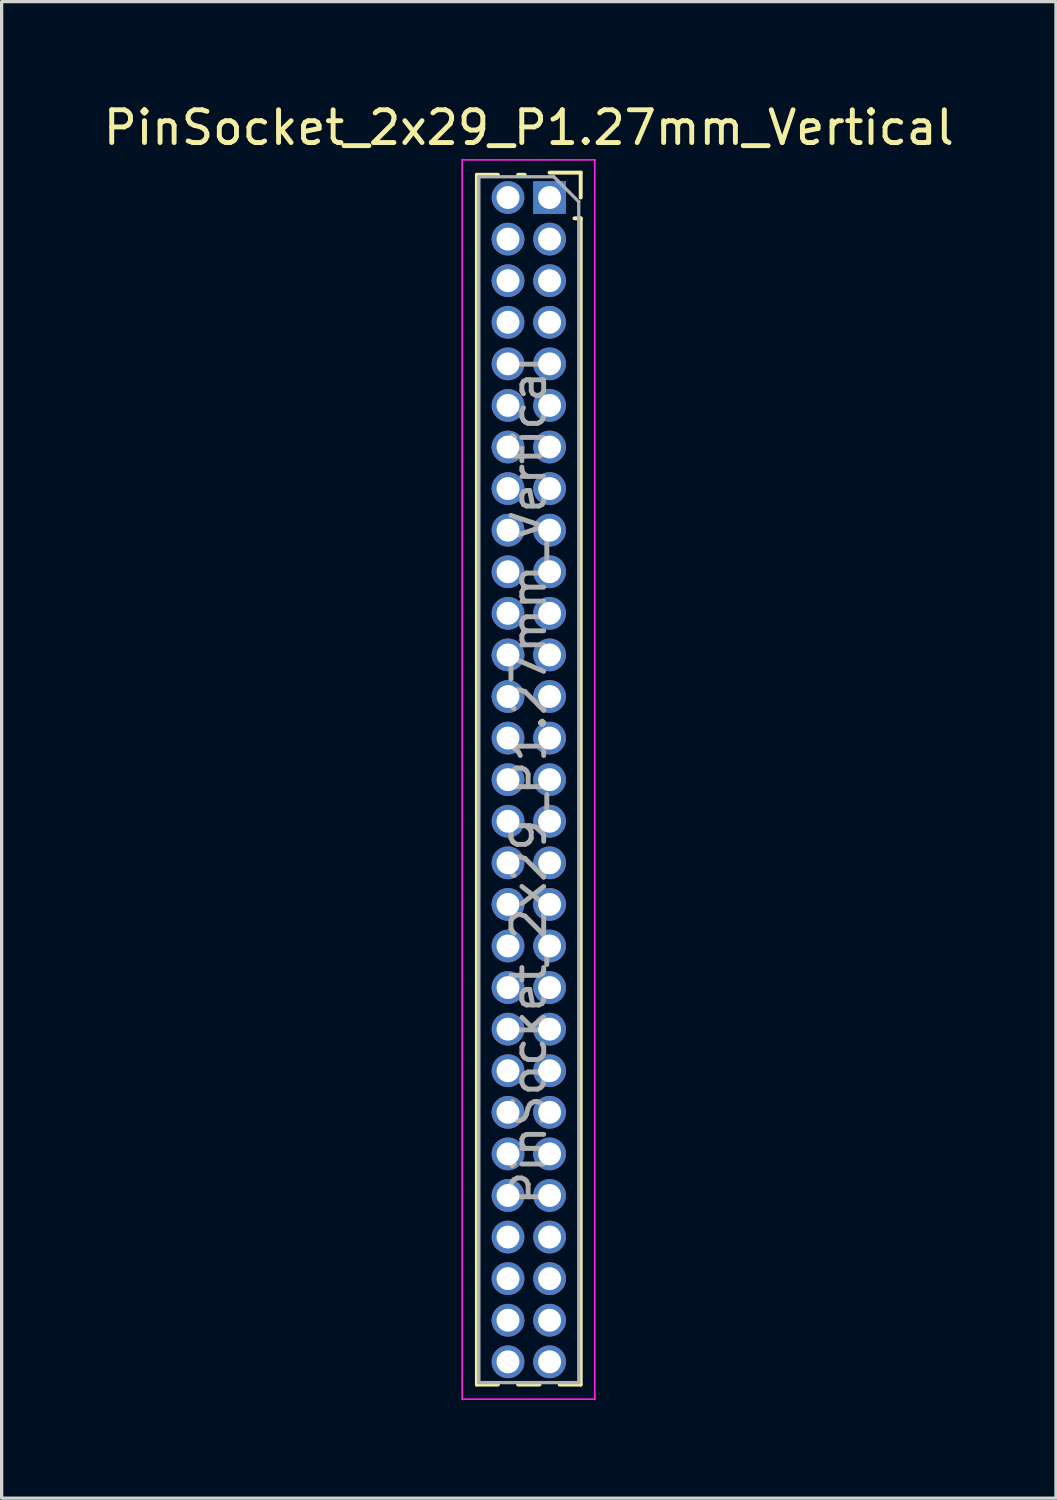
<source format=kicad_pcb>
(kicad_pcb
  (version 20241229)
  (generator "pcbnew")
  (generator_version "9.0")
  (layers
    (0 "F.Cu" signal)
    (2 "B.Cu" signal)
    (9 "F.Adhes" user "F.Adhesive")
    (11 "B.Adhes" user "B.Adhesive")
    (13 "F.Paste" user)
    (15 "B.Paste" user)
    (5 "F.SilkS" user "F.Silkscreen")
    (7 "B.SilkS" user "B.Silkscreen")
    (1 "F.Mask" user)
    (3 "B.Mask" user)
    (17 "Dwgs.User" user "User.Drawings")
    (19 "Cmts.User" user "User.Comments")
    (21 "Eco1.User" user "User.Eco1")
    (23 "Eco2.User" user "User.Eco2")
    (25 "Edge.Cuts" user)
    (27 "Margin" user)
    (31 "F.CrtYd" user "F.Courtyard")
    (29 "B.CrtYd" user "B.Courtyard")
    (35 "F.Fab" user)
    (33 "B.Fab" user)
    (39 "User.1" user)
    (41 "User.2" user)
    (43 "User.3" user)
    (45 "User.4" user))
  (footprint "PinSocket_2x29_P1.27mm_Vertical"
    (layer "F.Cu")
    (at 13.736 2.983)
    (property "Reference" "PinSocket_2x29_P1.27mm_Vertical" (at -0.635 -2.135 0) (layer "F.SilkS") (effects (font (size 1 1) (thickness 0.15))))
    (attr through_hole)
    (fp_line (start -2.22 -0.695) (end -2.22 36.255) (stroke (width 0.12) (type solid)) (layer "F.SilkS"))
    (fp_line (start -2.22 -0.695) (end -1.578 -0.695) (stroke (width 0.12) (type solid)) (layer "F.SilkS"))
    (fp_line (start -2.22 36.255) (end -1.578 36.255) (stroke (width 0.12) (type solid)) (layer "F.SilkS"))
    (fp_line (start -0.962 -0.695) (end -0.76 -0.695) (stroke (width 0.12) (type solid)) (layer "F.SilkS"))
    (fp_line (start -0.962 36.255) (end -0.308 36.255) (stroke (width 0.12) (type solid)) (layer "F.SilkS"))
    (fp_line (start 0 -0.76) (end 0.95 -0.76) (stroke (width 0.12) (type solid)) (layer "F.SilkS"))
    (fp_line (start 0.308 36.255) (end 0.95 36.255) (stroke (width 0.12) (type solid)) (layer "F.SilkS"))
    (fp_line (start 0.76 0.635) (end 0.95 0.635) (stroke (width 0.12) (type solid)) (layer "F.SilkS"))
    (fp_line (start 0.95 -0.76) (end 0.95 0) (stroke (width 0.12) (type solid)) (layer "F.SilkS"))
    (fp_line (start 0.95 0.635) (end 0.95 36.255) (stroke (width 0.12) (type solid)) (layer "F.SilkS"))
    (fp_line (start -2.67 -1.15) (end 1.38 -1.15) (stroke (width 0.05) (type solid)) (layer "F.CrtYd"))
    (fp_line (start -2.67 36.7) (end -2.67 -1.15) (stroke (width 0.05) (type solid)) (layer "F.CrtYd"))
    (fp_line (start 1.38 -1.15) (end 1.38 36.7) (stroke (width 0.05) (type solid)) (layer "F.CrtYd"))
    (fp_line (start 1.38 36.7) (end -2.67 36.7) (stroke (width 0.05) (type solid)) (layer "F.CrtYd"))
    (fp_line (start -2.16 -0.635) (end 0.128 -0.635) (stroke (width 0.1) (type solid)) (layer "F.Fab"))
    (fp_line (start -2.16 36.195) (end -2.16 -0.635) (stroke (width 0.1) (type solid)) (layer "F.Fab"))
    (fp_line (start 0.128 -0.635) (end 0.89 0.128) (stroke (width 0.1) (type solid)) (layer "F.Fab"))
    (fp_line (start 0.89 0.128) (end 0.89 36.195) (stroke (width 0.1) (type solid)) (layer "F.Fab"))
    (fp_line (start 0.89 36.195) (end -2.16 36.195) (stroke (width 0.1) (type solid)) (layer "F.Fab"))
    (fp_text user "${REFERENCE}" (at -0.635 17.78 90) (layer "F.Fab") (effects (font (size 1 1) (thickness 0.15))))
    (pad "1" thru_hole rect (at 0 0) (size 1 1) (drill 0.7) (layers "*.Cu" "*.Mask"))
    (pad "2" thru_hole oval (at -1.27 0) (size 1 1) (drill 0.7) (layers "*.Cu" "*.Mask"))
    (pad "3" thru_hole oval (at 0 1.27) (size 1 1) (drill 0.7) (layers "*.Cu" "*.Mask"))
    (pad "4" thru_hole oval (at -1.27 1.27) (size 1 1) (drill 0.7) (layers "*.Cu" "*.Mask"))
    (pad "5" thru_hole oval (at 0 2.54) (size 1 1) (drill 0.7) (layers "*.Cu" "*.Mask"))
    (pad "6" thru_hole oval (at -1.27 2.54) (size 1 1) (drill 0.7) (layers "*.Cu" "*.Mask"))
    (pad "7" thru_hole oval (at 0 3.81) (size 1 1) (drill 0.7) (layers "*.Cu" "*.Mask"))
    (pad "8" thru_hole oval (at -1.27 3.81) (size 1 1) (drill 0.7) (layers "*.Cu" "*.Mask"))
    (pad "9" thru_hole oval (at 0 5.08) (size 1 1) (drill 0.7) (layers "*.Cu" "*.Mask"))
    (pad "10" thru_hole oval (at -1.27 5.08) (size 1 1) (drill 0.7) (layers "*.Cu" "*.Mask"))
    (pad "11" thru_hole oval (at 0 6.35) (size 1 1) (drill 0.7) (layers "*.Cu" "*.Mask"))
    (pad "12" thru_hole oval (at -1.27 6.35) (size 1 1) (drill 0.7) (layers "*.Cu" "*.Mask"))
    (pad "13" thru_hole oval (at 0 7.62) (size 1 1) (drill 0.7) (layers "*.Cu" "*.Mask"))
    (pad "14" thru_hole oval (at -1.27 7.62) (size 1 1) (drill 0.7) (layers "*.Cu" "*.Mask"))
    (pad "15" thru_hole oval (at 0 8.89) (size 1 1) (drill 0.7) (layers "*.Cu" "*.Mask"))
    (pad "16" thru_hole oval (at -1.27 8.89) (size 1 1) (drill 0.7) (layers "*.Cu" "*.Mask"))
    (pad "17" thru_hole oval (at 0 10.16) (size 1 1) (drill 0.7) (layers "*.Cu" "*.Mask"))
    (pad "18" thru_hole oval (at -1.27 10.16) (size 1 1) (drill 0.7) (layers "*.Cu" "*.Mask"))
    (pad "19" thru_hole oval (at 0 11.43) (size 1 1) (drill 0.7) (layers "*.Cu" "*.Mask"))
    (pad "20" thru_hole oval (at -1.27 11.43) (size 1 1) (drill 0.7) (layers "*.Cu" "*.Mask"))
    (pad "21" thru_hole oval (at 0 12.7) (size 1 1) (drill 0.7) (layers "*.Cu" "*.Mask"))
    (pad "22" thru_hole oval (at -1.27 12.7) (size 1 1) (drill 0.7) (layers "*.Cu" "*.Mask"))
    (pad "23" thru_hole oval (at 0 13.97) (size 1 1) (drill 0.7) (layers "*.Cu" "*.Mask"))
    (pad "24" thru_hole oval (at -1.27 13.97) (size 1 1) (drill 0.7) (layers "*.Cu" "*.Mask"))
    (pad "25" thru_hole oval (at 0 15.24) (size 1 1) (drill 0.7) (layers "*.Cu" "*.Mask"))
    (pad "26" thru_hole oval (at -1.27 15.24) (size 1 1) (drill 0.7) (layers "*.Cu" "*.Mask"))
    (pad "27" thru_hole oval (at 0 16.51) (size 1 1) (drill 0.7) (layers "*.Cu" "*.Mask"))
    (pad "28" thru_hole oval (at -1.27 16.51) (size 1 1) (drill 0.7) (layers "*.Cu" "*.Mask"))
    (pad "29" thru_hole oval (at 0 17.78) (size 1 1) (drill 0.7) (layers "*.Cu" "*.Mask"))
    (pad "30" thru_hole oval (at -1.27 17.78) (size 1 1) (drill 0.7) (layers "*.Cu" "*.Mask"))
    (pad "31" thru_hole oval (at 0 19.05) (size 1 1) (drill 0.7) (layers "*.Cu" "*.Mask"))
    (pad "32" thru_hole oval (at -1.27 19.05) (size 1 1) (drill 0.7) (layers "*.Cu" "*.Mask"))
    (pad "33" thru_hole oval (at 0 20.32) (size 1 1) (drill 0.7) (layers "*.Cu" "*.Mask"))
    (pad "34" thru_hole oval (at -1.27 20.32) (size 1 1) (drill 0.7) (layers "*.Cu" "*.Mask"))
    (pad "35" thru_hole oval (at 0 21.59) (size 1 1) (drill 0.7) (layers "*.Cu" "*.Mask"))
    (pad "36" thru_hole oval (at -1.27 21.59) (size 1 1) (drill 0.7) (layers "*.Cu" "*.Mask"))
    (pad "37" thru_hole oval (at 0 22.86) (size 1 1) (drill 0.7) (layers "*.Cu" "*.Mask"))
    (pad "38" thru_hole oval (at -1.27 22.86) (size 1 1) (drill 0.7) (layers "*.Cu" "*.Mask"))
    (pad "39" thru_hole oval (at 0 24.13) (size 1 1) (drill 0.7) (layers "*.Cu" "*.Mask"))
    (pad "40" thru_hole oval (at -1.27 24.13) (size 1 1) (drill 0.7) (layers "*.Cu" "*.Mask"))
    (pad "41" thru_hole oval (at 0 25.4) (size 1 1) (drill 0.7) (layers "*.Cu" "*.Mask"))
    (pad "42" thru_hole oval (at -1.27 25.4) (size 1 1) (drill 0.7) (layers "*.Cu" "*.Mask"))
    (pad "43" thru_hole oval (at 0 26.67) (size 1 1) (drill 0.7) (layers "*.Cu" "*.Mask"))
    (pad "44" thru_hole oval (at -1.27 26.67) (size 1 1) (drill 0.7) (layers "*.Cu" "*.Mask"))
    (pad "45" thru_hole oval (at 0 27.94) (size 1 1) (drill 0.7) (layers "*.Cu" "*.Mask"))
    (pad "46" thru_hole oval (at -1.27 27.94) (size 1 1) (drill 0.7) (layers "*.Cu" "*.Mask"))
    (pad "47" thru_hole oval (at 0 29.21) (size 1 1) (drill 0.7) (layers "*.Cu" "*.Mask"))
    (pad "48" thru_hole oval (at -1.27 29.21) (size 1 1) (drill 0.7) (layers "*.Cu" "*.Mask"))
    (pad "49" thru_hole oval (at 0 30.48) (size 1 1) (drill 0.7) (layers "*.Cu" "*.Mask"))
    (pad "50" thru_hole oval (at -1.27 30.48) (size 1 1) (drill 0.7) (layers "*.Cu" "*.Mask"))
    (pad "51" thru_hole oval (at 0 31.75) (size 1 1) (drill 0.7) (layers "*.Cu" "*.Mask"))
    (pad "52" thru_hole oval (at -1.27 31.75) (size 1 1) (drill 0.7) (layers "*.Cu" "*.Mask"))
    (pad "53" thru_hole oval (at 0 33.02) (size 1 1) (drill 0.7) (layers "*.Cu" "*.Mask"))
    (pad "54" thru_hole oval (at -1.27 33.02) (size 1 1) (drill 0.7) (layers "*.Cu" "*.Mask"))
    (pad "55" thru_hole oval (at 0 34.29) (size 1 1) (drill 0.7) (layers "*.Cu" "*.Mask"))
    (pad "56" thru_hole oval (at -1.27 34.29) (size 1 1) (drill 0.7) (layers "*.Cu" "*.Mask"))
    (pad "57" thru_hole oval (at 0 35.56) (size 1 1) (drill 0.7) (layers "*.Cu" "*.Mask"))
    (pad "58" thru_hole oval (at -1.27 35.56) (size 1 1) (drill 0.7) (layers "*.Cu" "*.Mask")))
  (gr_rect
    (start -3 -3)
    (end 29.202 42.708)
    (stroke (width 0.1) (type default))
    (fill no)
    (layer "Edge.Cuts")))
</source>
